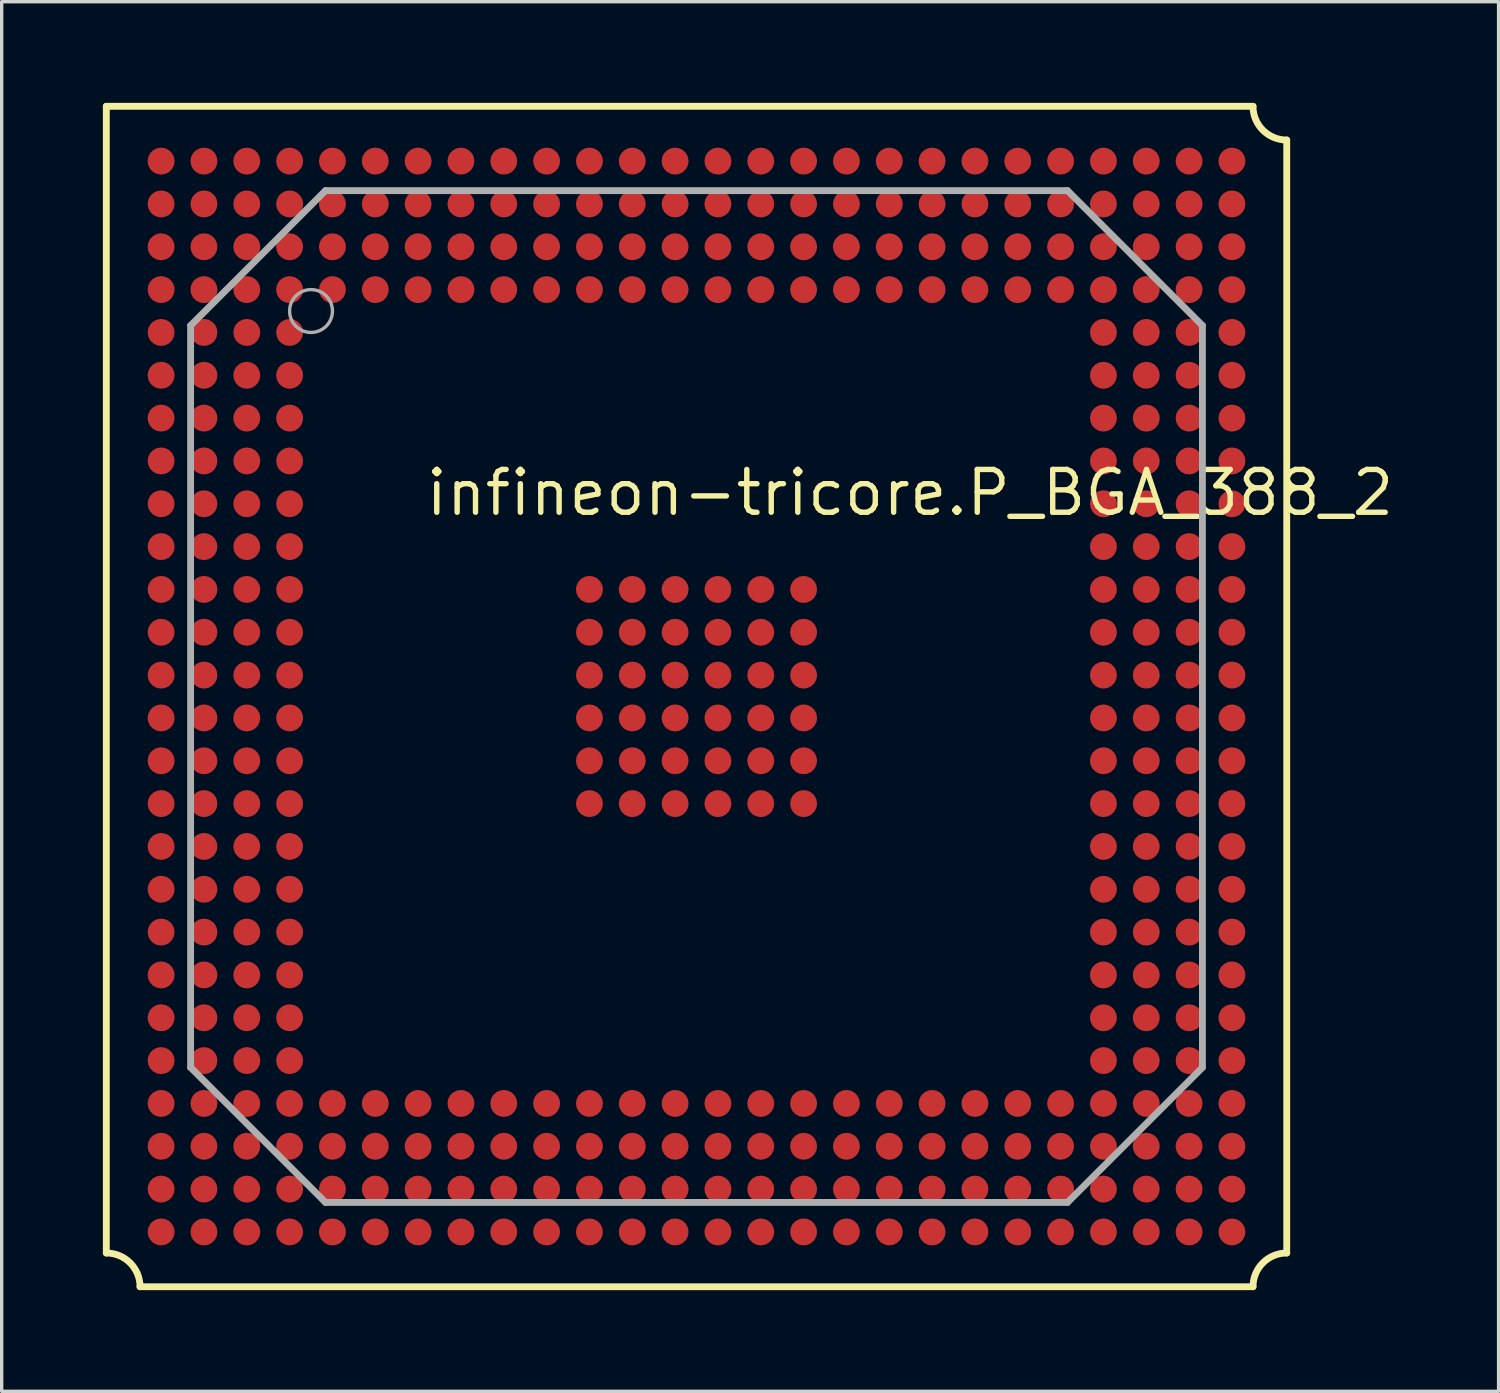
<source format=kicad_pcb>
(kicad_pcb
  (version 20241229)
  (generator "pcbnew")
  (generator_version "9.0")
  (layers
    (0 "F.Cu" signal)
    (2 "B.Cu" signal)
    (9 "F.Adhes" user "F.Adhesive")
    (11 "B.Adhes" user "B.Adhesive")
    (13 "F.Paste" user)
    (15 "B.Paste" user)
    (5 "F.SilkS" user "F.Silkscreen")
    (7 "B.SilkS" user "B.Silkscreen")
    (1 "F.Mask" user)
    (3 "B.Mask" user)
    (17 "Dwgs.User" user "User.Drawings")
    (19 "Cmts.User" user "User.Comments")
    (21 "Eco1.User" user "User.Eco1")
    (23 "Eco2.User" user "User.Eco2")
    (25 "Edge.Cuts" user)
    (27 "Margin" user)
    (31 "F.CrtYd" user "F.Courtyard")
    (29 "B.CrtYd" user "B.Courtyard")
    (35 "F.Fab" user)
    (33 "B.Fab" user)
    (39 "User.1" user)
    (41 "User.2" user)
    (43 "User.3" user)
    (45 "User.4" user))
  (footprint "infineon-tricore.P_BGA_388_2"
    (layer "F.Cu")
    (at 17.602 17.602)
    (property "Reference" "infineon-tricore.P_BGA_388_2" (at -8.11 -5.3 0) (layer "F.SilkS") (effects (font (size 1.27 1.27) (thickness 0.16)) (justify left bottom)))
    (attr smd)
    (fp_line (start -17.5 -17.5) (end 16.5 -17.5) (stroke (width 0.203) (type default)) (layer "F.SilkS"))
    (fp_line (start -17.5 16.5) (end -17.5 -17.5) (stroke (width 0.203) (type default)) (layer "F.SilkS"))
    (fp_line (start 16.5 17.5) (end -16.5 17.5) (stroke (width 0.203) (type default)) (layer "F.SilkS"))
    (fp_line (start 17.5 -16.5) (end 17.5 16.5) (stroke (width 0.203) (type default)) (layer "F.SilkS"))
    (fp_arc (start -17.5 16.5) (mid -16.792893 16.792893) (end -16.5 17.5) (stroke (width 0.2032) (type default)) (layer "F.SilkS"))
    (fp_arc (start 16.5 17.5) (mid 16.792893 16.792893) (end 17.5 16.5) (stroke (width 0.2032) (type default)) (layer "F.SilkS"))
    (fp_arc (start 17.5 -16.5) (mid 16.792893 -16.792893) (end 16.5 -17.5) (stroke (width 0.2032) (type default)) (layer "F.SilkS"))
    (fp_line (start -15 -11) (end -11 -15) (stroke (width 0.203) (type default)) (layer "F.Fab"))
    (fp_line (start -15 11) (end -15 -11) (stroke (width 0.203) (type default)) (layer "F.Fab"))
    (fp_line (start -11 -15) (end 11 -15) (stroke (width 0.203) (type default)) (layer "F.Fab"))
    (fp_line (start -11 15) (end -15 11) (stroke (width 0.203) (type default)) (layer "F.Fab"))
    (fp_line (start 11 -15) (end 15 -11) (stroke (width 0.203) (type default)) (layer "F.Fab"))
    (fp_line (start 11 15) (end -11 15) (stroke (width 0.203) (type default)) (layer "F.Fab"))
    (fp_line (start 15 -11) (end 15 11) (stroke (width 0.203) (type default)) (layer "F.Fab"))
    (fp_line (start 15 11) (end 11 15) (stroke (width 0.203) (type default)) (layer "F.Fab"))
    (fp_circle (center -11.43 -11.43) (end -10.795 -11.43) (stroke (width 0.1) (type default)) (fill no) (layer "F.Fab"))
    (pad "A1" smd roundrect (at -15.875 -15.875) (size 0.8 0.8) (layers "F.Cu" "F.Mask" "F.Paste") (roundrect_rratio 0.5))
    (pad "A2" smd roundrect (at -14.605 -15.875) (size 0.8 0.8) (layers "F.Cu" "F.Mask" "F.Paste") (roundrect_rratio 0.5))
    (pad "A3" smd roundrect (at -13.335 -15.875) (size 0.8 0.8) (layers "F.Cu" "F.Mask" "F.Paste") (roundrect_rratio 0.5))
    (pad "A4" smd roundrect (at -12.065 -15.875) (size 0.8 0.8) (layers "F.Cu" "F.Mask" "F.Paste") (roundrect_rratio 0.5))
    (pad "A5" smd roundrect (at -10.795 -15.875) (size 0.8 0.8) (layers "F.Cu" "F.Mask" "F.Paste") (roundrect_rratio 0.5))
    (pad "A6" smd roundrect (at -9.525 -15.875) (size 0.8 0.8) (layers "F.Cu" "F.Mask" "F.Paste") (roundrect_rratio 0.5))
    (pad "A7" smd roundrect (at -8.255 -15.875) (size 0.8 0.8) (layers "F.Cu" "F.Mask" "F.Paste") (roundrect_rratio 0.5))
    (pad "A8" smd roundrect (at -6.985 -15.875) (size 0.8 0.8) (layers "F.Cu" "F.Mask" "F.Paste") (roundrect_rratio 0.5))
    (pad "A9" smd roundrect (at -5.715 -15.875) (size 0.8 0.8) (layers "F.Cu" "F.Mask" "F.Paste") (roundrect_rratio 0.5))
    (pad "A10" smd roundrect (at -4.445 -15.875) (size 0.8 0.8) (layers "F.Cu" "F.Mask" "F.Paste") (roundrect_rratio 0.5))
    (pad "A11" smd roundrect (at -3.175 -15.875) (size 0.8 0.8) (layers "F.Cu" "F.Mask" "F.Paste") (roundrect_rratio 0.5))
    (pad "A12" smd roundrect (at -1.905 -15.875) (size 0.8 0.8) (layers "F.Cu" "F.Mask" "F.Paste") (roundrect_rratio 0.5))
    (pad "A13" smd roundrect (at -0.635 -15.875) (size 0.8 0.8) (layers "F.Cu" "F.Mask" "F.Paste") (roundrect_rratio 0.5))
    (pad "A14" smd roundrect (at 0.635 -15.875) (size 0.8 0.8) (layers "F.Cu" "F.Mask" "F.Paste") (roundrect_rratio 0.5))
    (pad "A15" smd roundrect (at 1.905 -15.875) (size 0.8 0.8) (layers "F.Cu" "F.Mask" "F.Paste") (roundrect_rratio 0.5))
    (pad "A16" smd roundrect (at 3.175 -15.875) (size 0.8 0.8) (layers "F.Cu" "F.Mask" "F.Paste") (roundrect_rratio 0.5))
    (pad "A17" smd roundrect (at 4.445 -15.875) (size 0.8 0.8) (layers "F.Cu" "F.Mask" "F.Paste") (roundrect_rratio 0.5))
    (pad "A18" smd roundrect (at 5.715 -15.875) (size 0.8 0.8) (layers "F.Cu" "F.Mask" "F.Paste") (roundrect_rratio 0.5))
    (pad "A19" smd roundrect (at 6.985 -15.875) (size 0.8 0.8) (layers "F.Cu" "F.Mask" "F.Paste") (roundrect_rratio 0.5))
    (pad "A20" smd roundrect (at 8.255 -15.875) (size 0.8 0.8) (layers "F.Cu" "F.Mask" "F.Paste") (roundrect_rratio 0.5))
    (pad "A21" smd roundrect (at 9.525 -15.875) (size 0.8 0.8) (layers "F.Cu" "F.Mask" "F.Paste") (roundrect_rratio 0.5))
    (pad "A22" smd roundrect (at 10.795 -15.875) (size 0.8 0.8) (layers "F.Cu" "F.Mask" "F.Paste") (roundrect_rratio 0.5))
    (pad "A23" smd roundrect (at 12.065 -15.875) (size 0.8 0.8) (layers "F.Cu" "F.Mask" "F.Paste") (roundrect_rratio 0.5))
    (pad "A24" smd roundrect (at 13.335 -15.875) (size 0.8 0.8) (layers "F.Cu" "F.Mask" "F.Paste") (roundrect_rratio 0.5))
    (pad "A25" smd roundrect (at 14.605 -15.875) (size 0.8 0.8) (layers "F.Cu" "F.Mask" "F.Paste") (roundrect_rratio 0.5))
    (pad "A26" smd roundrect (at 15.875 -15.875) (size 0.8 0.8) (layers "F.Cu" "F.Mask" "F.Paste") (roundrect_rratio 0.5))
    (pad "AA1" smd roundrect (at -15.875 9.525) (size 0.8 0.8) (layers "F.Cu" "F.Mask" "F.Paste") (roundrect_rratio 0.5))
    (pad "AA2" smd roundrect (at -14.605 9.525) (size 0.8 0.8) (layers "F.Cu" "F.Mask" "F.Paste") (roundrect_rratio 0.5))
    (pad "AA3" smd roundrect (at -13.335 9.525) (size 0.8 0.8) (layers "F.Cu" "F.Mask" "F.Paste") (roundrect_rratio 0.5))
    (pad "AA4" smd roundrect (at -12.065 9.525) (size 0.8 0.8) (layers "F.Cu" "F.Mask" "F.Paste") (roundrect_rratio 0.5))
    (pad "AA23" smd roundrect (at 12.065 9.525) (size 0.8 0.8) (layers "F.Cu" "F.Mask" "F.Paste") (roundrect_rratio 0.5))
    (pad "AA24" smd roundrect (at 13.335 9.525) (size 0.8 0.8) (layers "F.Cu" "F.Mask" "F.Paste") (roundrect_rratio 0.5))
    (pad "AA25" smd roundrect (at 14.605 9.525) (size 0.8 0.8) (layers "F.Cu" "F.Mask" "F.Paste") (roundrect_rratio 0.5))
    (pad "AA26" smd roundrect (at 15.875 9.525) (size 0.8 0.8) (layers "F.Cu" "F.Mask" "F.Paste") (roundrect_rratio 0.5))
    (pad "AB1" smd roundrect (at -15.875 10.795) (size 0.8 0.8) (layers "F.Cu" "F.Mask" "F.Paste") (roundrect_rratio 0.5))
    (pad "AB2" smd roundrect (at -14.605 10.795) (size 0.8 0.8) (layers "F.Cu" "F.Mask" "F.Paste") (roundrect_rratio 0.5))
    (pad "AB3" smd roundrect (at -13.335 10.795) (size 0.8 0.8) (layers "F.Cu" "F.Mask" "F.Paste") (roundrect_rratio 0.5))
    (pad "AB4" smd roundrect (at -12.065 10.795) (size 0.8 0.8) (layers "F.Cu" "F.Mask" "F.Paste") (roundrect_rratio 0.5))
    (pad "AB23" smd roundrect (at 12.065 10.795) (size 0.8 0.8) (layers "F.Cu" "F.Mask" "F.Paste") (roundrect_rratio 0.5))
    (pad "AB24" smd roundrect (at 13.335 10.795) (size 0.8 0.8) (layers "F.Cu" "F.Mask" "F.Paste") (roundrect_rratio 0.5))
    (pad "AB25" smd roundrect (at 14.605 10.795) (size 0.8 0.8) (layers "F.Cu" "F.Mask" "F.Paste") (roundrect_rratio 0.5))
    (pad "AB26" smd roundrect (at 15.875 10.795) (size 0.8 0.8) (layers "F.Cu" "F.Mask" "F.Paste") (roundrect_rratio 0.5))
    (pad "AC1" smd roundrect (at -15.875 12.065) (size 0.8 0.8) (layers "F.Cu" "F.Mask" "F.Paste") (roundrect_rratio 0.5))
    (pad "AC2" smd roundrect (at -14.605 12.065) (size 0.8 0.8) (layers "F.Cu" "F.Mask" "F.Paste") (roundrect_rratio 0.5))
    (pad "AC3" smd roundrect (at -13.335 12.065) (size 0.8 0.8) (layers "F.Cu" "F.Mask" "F.Paste") (roundrect_rratio 0.5))
    (pad "AC4" smd roundrect (at -12.065 12.065) (size 0.8 0.8) (layers "F.Cu" "F.Mask" "F.Paste") (roundrect_rratio 0.5))
    (pad "AC5" smd roundrect (at -10.795 12.065) (size 0.8 0.8) (layers "F.Cu" "F.Mask" "F.Paste") (roundrect_rratio 0.5))
    (pad "AC6" smd roundrect (at -9.525 12.065) (size 0.8 0.8) (layers "F.Cu" "F.Mask" "F.Paste") (roundrect_rratio 0.5))
    (pad "AC7" smd roundrect (at -8.255 12.065) (size 0.8 0.8) (layers "F.Cu" "F.Mask" "F.Paste") (roundrect_rratio 0.5))
    (pad "AC8" smd roundrect (at -6.985 12.065) (size 0.8 0.8) (layers "F.Cu" "F.Mask" "F.Paste") (roundrect_rratio 0.5))
    (pad "AC9" smd roundrect (at -5.715 12.065) (size 0.8 0.8) (layers "F.Cu" "F.Mask" "F.Paste") (roundrect_rratio 0.5))
    (pad "AC10" smd roundrect (at -4.445 12.065) (size 0.8 0.8) (layers "F.Cu" "F.Mask" "F.Paste") (roundrect_rratio 0.5))
    (pad "AC11" smd roundrect (at -3.175 12.065) (size 0.8 0.8) (layers "F.Cu" "F.Mask" "F.Paste") (roundrect_rratio 0.5))
    (pad "AC12" smd roundrect (at -1.905 12.065) (size 0.8 0.8) (layers "F.Cu" "F.Mask" "F.Paste") (roundrect_rratio 0.5))
    (pad "AC13" smd roundrect (at -0.635 12.065) (size 0.8 0.8) (layers "F.Cu" "F.Mask" "F.Paste") (roundrect_rratio 0.5))
    (pad "AC14" smd roundrect (at 0.635 12.065) (size 0.8 0.8) (layers "F.Cu" "F.Mask" "F.Paste") (roundrect_rratio 0.5))
    (pad "AC15" smd roundrect (at 1.905 12.065) (size 0.8 0.8) (layers "F.Cu" "F.Mask" "F.Paste") (roundrect_rratio 0.5))
    (pad "AC16" smd roundrect (at 3.175 12.065) (size 0.8 0.8) (layers "F.Cu" "F.Mask" "F.Paste") (roundrect_rratio 0.5))
    (pad "AC17" smd roundrect (at 4.445 12.065) (size 0.8 0.8) (layers "F.Cu" "F.Mask" "F.Paste") (roundrect_rratio 0.5))
    (pad "AC18" smd roundrect (at 5.715 12.065) (size 0.8 0.8) (layers "F.Cu" "F.Mask" "F.Paste") (roundrect_rratio 0.5))
    (pad "AC19" smd roundrect (at 6.985 12.065) (size 0.8 0.8) (layers "F.Cu" "F.Mask" "F.Paste") (roundrect_rratio 0.5))
    (pad "AC20" smd roundrect (at 8.255 12.065) (size 0.8 0.8) (layers "F.Cu" "F.Mask" "F.Paste") (roundrect_rratio 0.5))
    (pad "AC21" smd roundrect (at 9.525 12.065) (size 0.8 0.8) (layers "F.Cu" "F.Mask" "F.Paste") (roundrect_rratio 0.5))
    (pad "AC22" smd roundrect (at 10.795 12.065) (size 0.8 0.8) (layers "F.Cu" "F.Mask" "F.Paste") (roundrect_rratio 0.5))
    (pad "AC23" smd roundrect (at 12.065 12.065) (size 0.8 0.8) (layers "F.Cu" "F.Mask" "F.Paste") (roundrect_rratio 0.5))
    (pad "AC24" smd roundrect (at 13.335 12.065) (size 0.8 0.8) (layers "F.Cu" "F.Mask" "F.Paste") (roundrect_rratio 0.5))
    (pad "AC25" smd roundrect (at 14.605 12.065) (size 0.8 0.8) (layers "F.Cu" "F.Mask" "F.Paste") (roundrect_rratio 0.5))
    (pad "AC26" smd roundrect (at 15.875 12.065) (size 0.8 0.8) (layers "F.Cu" "F.Mask" "F.Paste") (roundrect_rratio 0.5))
    (pad "AD1" smd roundrect (at -15.875 13.335) (size 0.8 0.8) (layers "F.Cu" "F.Mask" "F.Paste") (roundrect_rratio 0.5))
    (pad "AD2" smd roundrect (at -14.605 13.335) (size 0.8 0.8) (layers "F.Cu" "F.Mask" "F.Paste") (roundrect_rratio 0.5))
    (pad "AD3" smd roundrect (at -13.335 13.335) (size 0.8 0.8) (layers "F.Cu" "F.Mask" "F.Paste") (roundrect_rratio 0.5))
    (pad "AD4" smd roundrect (at -12.065 13.335) (size 0.8 0.8) (layers "F.Cu" "F.Mask" "F.Paste") (roundrect_rratio 0.5))
    (pad "AD5" smd roundrect (at -10.795 13.335) (size 0.8 0.8) (layers "F.Cu" "F.Mask" "F.Paste") (roundrect_rratio 0.5))
    (pad "AD6" smd roundrect (at -9.525 13.335) (size 0.8 0.8) (layers "F.Cu" "F.Mask" "F.Paste") (roundrect_rratio 0.5))
    (pad "AD7" smd roundrect (at -8.255 13.335) (size 0.8 0.8) (layers "F.Cu" "F.Mask" "F.Paste") (roundrect_rratio 0.5))
    (pad "AD8" smd roundrect (at -6.985 13.335) (size 0.8 0.8) (layers "F.Cu" "F.Mask" "F.Paste") (roundrect_rratio 0.5))
    (pad "AD9" smd roundrect (at -5.715 13.335) (size 0.8 0.8) (layers "F.Cu" "F.Mask" "F.Paste") (roundrect_rratio 0.5))
    (pad "AD10" smd roundrect (at -4.445 13.335) (size 0.8 0.8) (layers "F.Cu" "F.Mask" "F.Paste") (roundrect_rratio 0.5))
    (pad "AD11" smd roundrect (at -3.175 13.335) (size 0.8 0.8) (layers "F.Cu" "F.Mask" "F.Paste") (roundrect_rratio 0.5))
    (pad "AD12" smd roundrect (at -1.905 13.335) (size 0.8 0.8) (layers "F.Cu" "F.Mask" "F.Paste") (roundrect_rratio 0.5))
    (pad "AD13" smd roundrect (at -0.635 13.335) (size 0.8 0.8) (layers "F.Cu" "F.Mask" "F.Paste") (roundrect_rratio 0.5))
    (pad "AD14" smd roundrect (at 0.635 13.335) (size 0.8 0.8) (layers "F.Cu" "F.Mask" "F.Paste") (roundrect_rratio 0.5))
    (pad "AD15" smd roundrect (at 1.905 13.335) (size 0.8 0.8) (layers "F.Cu" "F.Mask" "F.Paste") (roundrect_rratio 0.5))
    (pad "AD16" smd roundrect (at 3.175 13.335) (size 0.8 0.8) (layers "F.Cu" "F.Mask" "F.Paste") (roundrect_rratio 0.5))
    (pad "AD17" smd roundrect (at 4.445 13.335) (size 0.8 0.8) (layers "F.Cu" "F.Mask" "F.Paste") (roundrect_rratio 0.5))
    (pad "AD18" smd roundrect (at 5.715 13.335) (size 0.8 0.8) (layers "F.Cu" "F.Mask" "F.Paste") (roundrect_rratio 0.5))
    (pad "AD19" smd roundrect (at 6.985 13.335) (size 0.8 0.8) (layers "F.Cu" "F.Mask" "F.Paste") (roundrect_rratio 0.5))
    (pad "AD20" smd roundrect (at 8.255 13.335) (size 0.8 0.8) (layers "F.Cu" "F.Mask" "F.Paste") (roundrect_rratio 0.5))
    (pad "AD21" smd roundrect (at 9.525 13.335) (size 0.8 0.8) (layers "F.Cu" "F.Mask" "F.Paste") (roundrect_rratio 0.5))
    (pad "AD22" smd roundrect (at 10.795 13.335) (size 0.8 0.8) (layers "F.Cu" "F.Mask" "F.Paste") (roundrect_rratio 0.5))
    (pad "AD23" smd roundrect (at 12.065 13.335) (size 0.8 0.8) (layers "F.Cu" "F.Mask" "F.Paste") (roundrect_rratio 0.5))
    (pad "AD24" smd roundrect (at 13.335 13.335) (size 0.8 0.8) (layers "F.Cu" "F.Mask" "F.Paste") (roundrect_rratio 0.5))
    (pad "AD25" smd roundrect (at 14.605 13.335) (size 0.8 0.8) (layers "F.Cu" "F.Mask" "F.Paste") (roundrect_rratio 0.5))
    (pad "AD26" smd roundrect (at 15.875 13.335) (size 0.8 0.8) (layers "F.Cu" "F.Mask" "F.Paste") (roundrect_rratio 0.5))
    (pad "AE1" smd roundrect (at -15.875 14.605) (size 0.8 0.8) (layers "F.Cu" "F.Mask" "F.Paste") (roundrect_rratio 0.5))
    (pad "AE2" smd roundrect (at -14.605 14.605) (size 0.8 0.8) (layers "F.Cu" "F.Mask" "F.Paste") (roundrect_rratio 0.5))
    (pad "AE3" smd roundrect (at -13.335 14.605) (size 0.8 0.8) (layers "F.Cu" "F.Mask" "F.Paste") (roundrect_rratio 0.5))
    (pad "AE4" smd roundrect (at -12.065 14.605) (size 0.8 0.8) (layers "F.Cu" "F.Mask" "F.Paste") (roundrect_rratio 0.5))
    (pad "AE5" smd roundrect (at -10.795 14.605) (size 0.8 0.8) (layers "F.Cu" "F.Mask" "F.Paste") (roundrect_rratio 0.5))
    (pad "AE6" smd roundrect (at -9.525 14.605) (size 0.8 0.8) (layers "F.Cu" "F.Mask" "F.Paste") (roundrect_rratio 0.5))
    (pad "AE7" smd roundrect (at -8.255 14.605) (size 0.8 0.8) (layers "F.Cu" "F.Mask" "F.Paste") (roundrect_rratio 0.5))
    (pad "AE8" smd roundrect (at -6.985 14.605) (size 0.8 0.8) (layers "F.Cu" "F.Mask" "F.Paste") (roundrect_rratio 0.5))
    (pad "AE9" smd roundrect (at -5.715 14.605) (size 0.8 0.8) (layers "F.Cu" "F.Mask" "F.Paste") (roundrect_rratio 0.5))
    (pad "AE10" smd roundrect (at -4.445 14.605) (size 0.8 0.8) (layers "F.Cu" "F.Mask" "F.Paste") (roundrect_rratio 0.5))
    (pad "AE11" smd roundrect (at -3.175 14.605) (size 0.8 0.8) (layers "F.Cu" "F.Mask" "F.Paste") (roundrect_rratio 0.5))
    (pad "AE12" smd roundrect (at -1.905 14.605) (size 0.8 0.8) (layers "F.Cu" "F.Mask" "F.Paste") (roundrect_rratio 0.5))
    (pad "AE13" smd roundrect (at -0.635 14.605) (size 0.8 0.8) (layers "F.Cu" "F.Mask" "F.Paste") (roundrect_rratio 0.5))
    (pad "AE14" smd roundrect (at 0.635 14.605) (size 0.8 0.8) (layers "F.Cu" "F.Mask" "F.Paste") (roundrect_rratio 0.5))
    (pad "AE15" smd roundrect (at 1.905 14.605) (size 0.8 0.8) (layers "F.Cu" "F.Mask" "F.Paste") (roundrect_rratio 0.5))
    (pad "AE16" smd roundrect (at 3.175 14.605) (size 0.8 0.8) (layers "F.Cu" "F.Mask" "F.Paste") (roundrect_rratio 0.5))
    (pad "AE17" smd roundrect (at 4.445 14.605) (size 0.8 0.8) (layers "F.Cu" "F.Mask" "F.Paste") (roundrect_rratio 0.5))
    (pad "AE18" smd roundrect (at 5.715 14.605) (size 0.8 0.8) (layers "F.Cu" "F.Mask" "F.Paste") (roundrect_rratio 0.5))
    (pad "AE19" smd roundrect (at 6.985 14.605) (size 0.8 0.8) (layers "F.Cu" "F.Mask" "F.Paste") (roundrect_rratio 0.5))
    (pad "AE20" smd roundrect (at 8.255 14.605) (size 0.8 0.8) (layers "F.Cu" "F.Mask" "F.Paste") (roundrect_rratio 0.5))
    (pad "AE21" smd roundrect (at 9.525 14.605) (size 0.8 0.8) (layers "F.Cu" "F.Mask" "F.Paste") (roundrect_rratio 0.5))
    (pad "AE22" smd roundrect (at 10.795 14.605) (size 0.8 0.8) (layers "F.Cu" "F.Mask" "F.Paste") (roundrect_rratio 0.5))
    (pad "AE23" smd roundrect (at 12.065 14.605) (size 0.8 0.8) (layers "F.Cu" "F.Mask" "F.Paste") (roundrect_rratio 0.5))
    (pad "AE24" smd roundrect (at 13.335 14.605) (size 0.8 0.8) (layers "F.Cu" "F.Mask" "F.Paste") (roundrect_rratio 0.5))
    (pad "AE25" smd roundrect (at 14.605 14.605) (size 0.8 0.8) (layers "F.Cu" "F.Mask" "F.Paste") (roundrect_rratio 0.5))
    (pad "AE26" smd roundrect (at 15.875 14.605) (size 0.8 0.8) (layers "F.Cu" "F.Mask" "F.Paste") (roundrect_rratio 0.5))
    (pad "AF1" smd roundrect (at -15.875 15.875) (size 0.8 0.8) (layers "F.Cu" "F.Mask" "F.Paste") (roundrect_rratio 0.5))
    (pad "AF2" smd roundrect (at -14.605 15.875) (size 0.8 0.8) (layers "F.Cu" "F.Mask" "F.Paste") (roundrect_rratio 0.5))
    (pad "AF3" smd roundrect (at -13.335 15.875) (size 0.8 0.8) (layers "F.Cu" "F.Mask" "F.Paste") (roundrect_rratio 0.5))
    (pad "AF4" smd roundrect (at -12.065 15.875) (size 0.8 0.8) (layers "F.Cu" "F.Mask" "F.Paste") (roundrect_rratio 0.5))
    (pad "AF5" smd roundrect (at -10.795 15.875) (size 0.8 0.8) (layers "F.Cu" "F.Mask" "F.Paste") (roundrect_rratio 0.5))
    (pad "AF6" smd roundrect (at -9.525 15.875) (size 0.8 0.8) (layers "F.Cu" "F.Mask" "F.Paste") (roundrect_rratio 0.5))
    (pad "AF7" smd roundrect (at -8.255 15.875) (size 0.8 0.8) (layers "F.Cu" "F.Mask" "F.Paste") (roundrect_rratio 0.5))
    (pad "AF8" smd roundrect (at -6.985 15.875) (size 0.8 0.8) (layers "F.Cu" "F.Mask" "F.Paste") (roundrect_rratio 0.5))
    (pad "AF9" smd roundrect (at -5.715 15.875) (size 0.8 0.8) (layers "F.Cu" "F.Mask" "F.Paste") (roundrect_rratio 0.5))
    (pad "AF10" smd roundrect (at -4.445 15.875) (size 0.8 0.8) (layers "F.Cu" "F.Mask" "F.Paste") (roundrect_rratio 0.5))
    (pad "AF11" smd roundrect (at -3.175 15.875) (size 0.8 0.8) (layers "F.Cu" "F.Mask" "F.Paste") (roundrect_rratio 0.5))
    (pad "AF12" smd roundrect (at -1.905 15.875) (size 0.8 0.8) (layers "F.Cu" "F.Mask" "F.Paste") (roundrect_rratio 0.5))
    (pad "AF13" smd roundrect (at -0.635 15.875) (size 0.8 0.8) (layers "F.Cu" "F.Mask" "F.Paste") (roundrect_rratio 0.5))
    (pad "AF14" smd roundrect (at 0.635 15.875) (size 0.8 0.8) (layers "F.Cu" "F.Mask" "F.Paste") (roundrect_rratio 0.5))
    (pad "AF15" smd roundrect (at 1.905 15.875) (size 0.8 0.8) (layers "F.Cu" "F.Mask" "F.Paste") (roundrect_rratio 0.5))
    (pad "AF16" smd roundrect (at 3.175 15.875) (size 0.8 0.8) (layers "F.Cu" "F.Mask" "F.Paste") (roundrect_rratio 0.5))
    (pad "AF17" smd roundrect (at 4.445 15.875) (size 0.8 0.8) (layers "F.Cu" "F.Mask" "F.Paste") (roundrect_rratio 0.5))
    (pad "AF18" smd roundrect (at 5.715 15.875) (size 0.8 0.8) (layers "F.Cu" "F.Mask" "F.Paste") (roundrect_rratio 0.5))
    (pad "AF19" smd roundrect (at 6.985 15.875) (size 0.8 0.8) (layers "F.Cu" "F.Mask" "F.Paste") (roundrect_rratio 0.5))
    (pad "AF20" smd roundrect (at 8.255 15.875) (size 0.8 0.8) (layers "F.Cu" "F.Mask" "F.Paste") (roundrect_rratio 0.5))
    (pad "AF21" smd roundrect (at 9.525 15.875) (size 0.8 0.8) (layers "F.Cu" "F.Mask" "F.Paste") (roundrect_rratio 0.5))
    (pad "AF22" smd roundrect (at 10.795 15.875) (size 0.8 0.8) (layers "F.Cu" "F.Mask" "F.Paste") (roundrect_rratio 0.5))
    (pad "AF23" smd roundrect (at 12.065 15.875) (size 0.8 0.8) (layers "F.Cu" "F.Mask" "F.Paste") (roundrect_rratio 0.5))
    (pad "AF24" smd roundrect (at 13.335 15.875) (size 0.8 0.8) (layers "F.Cu" "F.Mask" "F.Paste") (roundrect_rratio 0.5))
    (pad "AF25" smd roundrect (at 14.605 15.875) (size 0.8 0.8) (layers "F.Cu" "F.Mask" "F.Paste") (roundrect_rratio 0.5))
    (pad "AF26" smd roundrect (at 15.875 15.875) (size 0.8 0.8) (layers "F.Cu" "F.Mask" "F.Paste") (roundrect_rratio 0.5))
    (pad "B1" smd roundrect (at -15.875 -14.605) (size 0.8 0.8) (layers "F.Cu" "F.Mask" "F.Paste") (roundrect_rratio 0.5))
    (pad "B2" smd roundrect (at -14.605 -14.605) (size 0.8 0.8) (layers "F.Cu" "F.Mask" "F.Paste") (roundrect_rratio 0.5))
    (pad "B3" smd roundrect (at -13.335 -14.605) (size 0.8 0.8) (layers "F.Cu" "F.Mask" "F.Paste") (roundrect_rratio 0.5))
    (pad "B4" smd roundrect (at -12.065 -14.605) (size 0.8 0.8) (layers "F.Cu" "F.Mask" "F.Paste") (roundrect_rratio 0.5))
    (pad "B5" smd roundrect (at -10.795 -14.605) (size 0.8 0.8) (layers "F.Cu" "F.Mask" "F.Paste") (roundrect_rratio 0.5))
    (pad "B6" smd roundrect (at -9.525 -14.605) (size 0.8 0.8) (layers "F.Cu" "F.Mask" "F.Paste") (roundrect_rratio 0.5))
    (pad "B7" smd roundrect (at -8.255 -14.605) (size 0.8 0.8) (layers "F.Cu" "F.Mask" "F.Paste") (roundrect_rratio 0.5))
    (pad "B8" smd roundrect (at -6.985 -14.605) (size 0.8 0.8) (layers "F.Cu" "F.Mask" "F.Paste") (roundrect_rratio 0.5))
    (pad "B9" smd roundrect (at -5.715 -14.605) (size 0.8 0.8) (layers "F.Cu" "F.Mask" "F.Paste") (roundrect_rratio 0.5))
    (pad "B10" smd roundrect (at -4.445 -14.605) (size 0.8 0.8) (layers "F.Cu" "F.Mask" "F.Paste") (roundrect_rratio 0.5))
    (pad "B11" smd roundrect (at -3.175 -14.605) (size 0.8 0.8) (layers "F.Cu" "F.Mask" "F.Paste") (roundrect_rratio 0.5))
    (pad "B12" smd roundrect (at -1.905 -14.605) (size 0.8 0.8) (layers "F.Cu" "F.Mask" "F.Paste") (roundrect_rratio 0.5))
    (pad "B13" smd roundrect (at -0.635 -14.605) (size 0.8 0.8) (layers "F.Cu" "F.Mask" "F.Paste") (roundrect_rratio 0.5))
    (pad "B14" smd roundrect (at 0.635 -14.605) (size 0.8 0.8) (layers "F.Cu" "F.Mask" "F.Paste") (roundrect_rratio 0.5))
    (pad "B15" smd roundrect (at 1.905 -14.605) (size 0.8 0.8) (layers "F.Cu" "F.Mask" "F.Paste") (roundrect_rratio 0.5))
    (pad "B16" smd roundrect (at 3.175 -14.605) (size 0.8 0.8) (layers "F.Cu" "F.Mask" "F.Paste") (roundrect_rratio 0.5))
    (pad "B17" smd roundrect (at 4.445 -14.605) (size 0.8 0.8) (layers "F.Cu" "F.Mask" "F.Paste") (roundrect_rratio 0.5))
    (pad "B18" smd roundrect (at 5.715 -14.605) (size 0.8 0.8) (layers "F.Cu" "F.Mask" "F.Paste") (roundrect_rratio 0.5))
    (pad "B19" smd roundrect (at 6.985 -14.605) (size 0.8 0.8) (layers "F.Cu" "F.Mask" "F.Paste") (roundrect_rratio 0.5))
    (pad "B20" smd roundrect (at 8.255 -14.605) (size 0.8 0.8) (layers "F.Cu" "F.Mask" "F.Paste") (roundrect_rratio 0.5))
    (pad "B21" smd roundrect (at 9.525 -14.605) (size 0.8 0.8) (layers "F.Cu" "F.Mask" "F.Paste") (roundrect_rratio 0.5))
    (pad "B22" smd roundrect (at 10.795 -14.605) (size 0.8 0.8) (layers "F.Cu" "F.Mask" "F.Paste") (roundrect_rratio 0.5))
    (pad "B23" smd roundrect (at 12.065 -14.605) (size 0.8 0.8) (layers "F.Cu" "F.Mask" "F.Paste") (roundrect_rratio 0.5))
    (pad "B24" smd roundrect (at 13.335 -14.605) (size 0.8 0.8) (layers "F.Cu" "F.Mask" "F.Paste") (roundrect_rratio 0.5))
    (pad "B25" smd roundrect (at 14.605 -14.605) (size 0.8 0.8) (layers "F.Cu" "F.Mask" "F.Paste") (roundrect_rratio 0.5))
    (pad "B26" smd roundrect (at 15.875 -14.605) (size 0.8 0.8) (layers "F.Cu" "F.Mask" "F.Paste") (roundrect_rratio 0.5))
    (pad "C1" smd roundrect (at -15.875 -13.335) (size 0.8 0.8) (layers "F.Cu" "F.Mask" "F.Paste") (roundrect_rratio 0.5))
    (pad "C2" smd roundrect (at -14.605 -13.335) (size 0.8 0.8) (layers "F.Cu" "F.Mask" "F.Paste") (roundrect_rratio 0.5))
    (pad "C3" smd roundrect (at -13.335 -13.335) (size 0.8 0.8) (layers "F.Cu" "F.Mask" "F.Paste") (roundrect_rratio 0.5))
    (pad "C4" smd roundrect (at -12.065 -13.335) (size 0.8 0.8) (layers "F.Cu" "F.Mask" "F.Paste") (roundrect_rratio 0.5))
    (pad "C5" smd roundrect (at -10.795 -13.335) (size 0.8 0.8) (layers "F.Cu" "F.Mask" "F.Paste") (roundrect_rratio 0.5))
    (pad "C6" smd roundrect (at -9.525 -13.335) (size 0.8 0.8) (layers "F.Cu" "F.Mask" "F.Paste") (roundrect_rratio 0.5))
    (pad "C7" smd roundrect (at -8.255 -13.335) (size 0.8 0.8) (layers "F.Cu" "F.Mask" "F.Paste") (roundrect_rratio 0.5))
    (pad "C8" smd roundrect (at -6.985 -13.335) (size 0.8 0.8) (layers "F.Cu" "F.Mask" "F.Paste") (roundrect_rratio 0.5))
    (pad "C9" smd roundrect (at -5.715 -13.335) (size 0.8 0.8) (layers "F.Cu" "F.Mask" "F.Paste") (roundrect_rratio 0.5))
    (pad "C10" smd roundrect (at -4.445 -13.335) (size 0.8 0.8) (layers "F.Cu" "F.Mask" "F.Paste") (roundrect_rratio 0.5))
    (pad "C11" smd roundrect (at -3.175 -13.335) (size 0.8 0.8) (layers "F.Cu" "F.Mask" "F.Paste") (roundrect_rratio 0.5))
    (pad "C12" smd roundrect (at -1.905 -13.335) (size 0.8 0.8) (layers "F.Cu" "F.Mask" "F.Paste") (roundrect_rratio 0.5))
    (pad "C13" smd roundrect (at -0.635 -13.335) (size 0.8 0.8) (layers "F.Cu" "F.Mask" "F.Paste") (roundrect_rratio 0.5))
    (pad "C14" smd roundrect (at 0.635 -13.335) (size 0.8 0.8) (layers "F.Cu" "F.Mask" "F.Paste") (roundrect_rratio 0.5))
    (pad "C15" smd roundrect (at 1.905 -13.335) (size 0.8 0.8) (layers "F.Cu" "F.Mask" "F.Paste") (roundrect_rratio 0.5))
    (pad "C16" smd roundrect (at 3.175 -13.335) (size 0.8 0.8) (layers "F.Cu" "F.Mask" "F.Paste") (roundrect_rratio 0.5))
    (pad "C17" smd roundrect (at 4.445 -13.335) (size 0.8 0.8) (layers "F.Cu" "F.Mask" "F.Paste") (roundrect_rratio 0.5))
    (pad "C18" smd roundrect (at 5.715 -13.335) (size 0.8 0.8) (layers "F.Cu" "F.Mask" "F.Paste") (roundrect_rratio 0.5))
    (pad "C19" smd roundrect (at 6.985 -13.335) (size 0.8 0.8) (layers "F.Cu" "F.Mask" "F.Paste") (roundrect_rratio 0.5))
    (pad "C20" smd roundrect (at 8.255 -13.335) (size 0.8 0.8) (layers "F.Cu" "F.Mask" "F.Paste") (roundrect_rratio 0.5))
    (pad "C21" smd roundrect (at 9.525 -13.335) (size 0.8 0.8) (layers "F.Cu" "F.Mask" "F.Paste") (roundrect_rratio 0.5))
    (pad "C22" smd roundrect (at 10.795 -13.335) (size 0.8 0.8) (layers "F.Cu" "F.Mask" "F.Paste") (roundrect_rratio 0.5))
    (pad "C23" smd roundrect (at 12.065 -13.335) (size 0.8 0.8) (layers "F.Cu" "F.Mask" "F.Paste") (roundrect_rratio 0.5))
    (pad "C24" smd roundrect (at 13.335 -13.335) (size 0.8 0.8) (layers "F.Cu" "F.Mask" "F.Paste") (roundrect_rratio 0.5))
    (pad "C25" smd roundrect (at 14.605 -13.335) (size 0.8 0.8) (layers "F.Cu" "F.Mask" "F.Paste") (roundrect_rratio 0.5))
    (pad "C26" smd roundrect (at 15.875 -13.335) (size 0.8 0.8) (layers "F.Cu" "F.Mask" "F.Paste") (roundrect_rratio 0.5))
    (pad "D1" smd roundrect (at -15.875 -12.065) (size 0.8 0.8) (layers "F.Cu" "F.Mask" "F.Paste") (roundrect_rratio 0.5))
    (pad "D2" smd roundrect (at -14.605 -12.065) (size 0.8 0.8) (layers "F.Cu" "F.Mask" "F.Paste") (roundrect_rratio 0.5))
    (pad "D3" smd roundrect (at -13.335 -12.065) (size 0.8 0.8) (layers "F.Cu" "F.Mask" "F.Paste") (roundrect_rratio 0.5))
    (pad "D4" smd roundrect (at -12.065 -12.065) (size 0.8 0.8) (layers "F.Cu" "F.Mask" "F.Paste") (roundrect_rratio 0.5))
    (pad "D5" smd roundrect (at -10.795 -12.065) (size 0.8 0.8) (layers "F.Cu" "F.Mask" "F.Paste") (roundrect_rratio 0.5))
    (pad "D6" smd roundrect (at -9.525 -12.065) (size 0.8 0.8) (layers "F.Cu" "F.Mask" "F.Paste") (roundrect_rratio 0.5))
    (pad "D7" smd roundrect (at -8.255 -12.065) (size 0.8 0.8) (layers "F.Cu" "F.Mask" "F.Paste") (roundrect_rratio 0.5))
    (pad "D8" smd roundrect (at -6.985 -12.065) (size 0.8 0.8) (layers "F.Cu" "F.Mask" "F.Paste") (roundrect_rratio 0.5))
    (pad "D9" smd roundrect (at -5.715 -12.065) (size 0.8 0.8) (layers "F.Cu" "F.Mask" "F.Paste") (roundrect_rratio 0.5))
    (pad "D10" smd roundrect (at -4.445 -12.065) (size 0.8 0.8) (layers "F.Cu" "F.Mask" "F.Paste") (roundrect_rratio 0.5))
    (pad "D11" smd roundrect (at -3.175 -12.065) (size 0.8 0.8) (layers "F.Cu" "F.Mask" "F.Paste") (roundrect_rratio 0.5))
    (pad "D12" smd roundrect (at -1.905 -12.065) (size 0.8 0.8) (layers "F.Cu" "F.Mask" "F.Paste") (roundrect_rratio 0.5))
    (pad "D13" smd roundrect (at -0.635 -12.065) (size 0.8 0.8) (layers "F.Cu" "F.Mask" "F.Paste") (roundrect_rratio 0.5))
    (pad "D14" smd roundrect (at 0.635 -12.065) (size 0.8 0.8) (layers "F.Cu" "F.Mask" "F.Paste") (roundrect_rratio 0.5))
    (pad "D15" smd roundrect (at 1.905 -12.065) (size 0.8 0.8) (layers "F.Cu" "F.Mask" "F.Paste") (roundrect_rratio 0.5))
    (pad "D16" smd roundrect (at 3.175 -12.065) (size 0.8 0.8) (layers "F.Cu" "F.Mask" "F.Paste") (roundrect_rratio 0.5))
    (pad "D17" smd roundrect (at 4.445 -12.065) (size 0.8 0.8) (layers "F.Cu" "F.Mask" "F.Paste") (roundrect_rratio 0.5))
    (pad "D18" smd roundrect (at 5.715 -12.065) (size 0.8 0.8) (layers "F.Cu" "F.Mask" "F.Paste") (roundrect_rratio 0.5))
    (pad "D19" smd roundrect (at 6.985 -12.065) (size 0.8 0.8) (layers "F.Cu" "F.Mask" "F.Paste") (roundrect_rratio 0.5))
    (pad "D20" smd roundrect (at 8.255 -12.065) (size 0.8 0.8) (layers "F.Cu" "F.Mask" "F.Paste") (roundrect_rratio 0.5))
    (pad "D21" smd roundrect (at 9.525 -12.065) (size 0.8 0.8) (layers "F.Cu" "F.Mask" "F.Paste") (roundrect_rratio 0.5))
    (pad "D22" smd roundrect (at 10.795 -12.065) (size 0.8 0.8) (layers "F.Cu" "F.Mask" "F.Paste") (roundrect_rratio 0.5))
    (pad "D23" smd roundrect (at 12.065 -12.065) (size 0.8 0.8) (layers "F.Cu" "F.Mask" "F.Paste") (roundrect_rratio 0.5))
    (pad "D24" smd roundrect (at 13.335 -12.065) (size 0.8 0.8) (layers "F.Cu" "F.Mask" "F.Paste") (roundrect_rratio 0.5))
    (pad "D25" smd roundrect (at 14.605 -12.065) (size 0.8 0.8) (layers "F.Cu" "F.Mask" "F.Paste") (roundrect_rratio 0.5))
    (pad "D26" smd roundrect (at 15.875 -12.065) (size 0.8 0.8) (layers "F.Cu" "F.Mask" "F.Paste") (roundrect_rratio 0.5))
    (pad "E1" smd roundrect (at -15.875 -10.795) (size 0.8 0.8) (layers "F.Cu" "F.Mask" "F.Paste") (roundrect_rratio 0.5))
    (pad "E2" smd roundrect (at -14.605 -10.795) (size 0.8 0.8) (layers "F.Cu" "F.Mask" "F.Paste") (roundrect_rratio 0.5))
    (pad "E3" smd roundrect (at -13.335 -10.795) (size 0.8 0.8) (layers "F.Cu" "F.Mask" "F.Paste") (roundrect_rratio 0.5))
    (pad "E4" smd roundrect (at -12.065 -10.795) (size 0.8 0.8) (layers "F.Cu" "F.Mask" "F.Paste") (roundrect_rratio 0.5))
    (pad "E23" smd roundrect (at 12.065 -10.795) (size 0.8 0.8) (layers "F.Cu" "F.Mask" "F.Paste") (roundrect_rratio 0.5))
    (pad "E24" smd roundrect (at 13.335 -10.795) (size 0.8 0.8) (layers "F.Cu" "F.Mask" "F.Paste") (roundrect_rratio 0.5))
    (pad "E25" smd roundrect (at 14.605 -10.795) (size 0.8 0.8) (layers "F.Cu" "F.Mask" "F.Paste") (roundrect_rratio 0.5))
    (pad "E26" smd roundrect (at 15.875 -10.795) (size 0.8 0.8) (layers "F.Cu" "F.Mask" "F.Paste") (roundrect_rratio 0.5))
    (pad "F1" smd roundrect (at -15.875 -9.525) (size 0.8 0.8) (layers "F.Cu" "F.Mask" "F.Paste") (roundrect_rratio 0.5))
    (pad "F2" smd roundrect (at -14.605 -9.525) (size 0.8 0.8) (layers "F.Cu" "F.Mask" "F.Paste") (roundrect_rratio 0.5))
    (pad "F3" smd roundrect (at -13.335 -9.525) (size 0.8 0.8) (layers "F.Cu" "F.Mask" "F.Paste") (roundrect_rratio 0.5))
    (pad "F4" smd roundrect (at -12.065 -9.525) (size 0.8 0.8) (layers "F.Cu" "F.Mask" "F.Paste") (roundrect_rratio 0.5))
    (pad "F23" smd roundrect (at 12.065 -9.525) (size 0.8 0.8) (layers "F.Cu" "F.Mask" "F.Paste") (roundrect_rratio 0.5))
    (pad "F24" smd roundrect (at 13.335 -9.525) (size 0.8 0.8) (layers "F.Cu" "F.Mask" "F.Paste") (roundrect_rratio 0.5))
    (pad "F25" smd roundrect (at 14.605 -9.525) (size 0.8 0.8) (layers "F.Cu" "F.Mask" "F.Paste") (roundrect_rratio 0.5))
    (pad "F26" smd roundrect (at 15.875 -9.525) (size 0.8 0.8) (layers "F.Cu" "F.Mask" "F.Paste") (roundrect_rratio 0.5))
    (pad "G1" smd roundrect (at -15.875 -8.255) (size 0.8 0.8) (layers "F.Cu" "F.Mask" "F.Paste") (roundrect_rratio 0.5))
    (pad "G2" smd roundrect (at -14.605 -8.255) (size 0.8 0.8) (layers "F.Cu" "F.Mask" "F.Paste") (roundrect_rratio 0.5))
    (pad "G3" smd roundrect (at -13.335 -8.255) (size 0.8 0.8) (layers "F.Cu" "F.Mask" "F.Paste") (roundrect_rratio 0.5))
    (pad "G4" smd roundrect (at -12.065 -8.255) (size 0.8 0.8) (layers "F.Cu" "F.Mask" "F.Paste") (roundrect_rratio 0.5))
    (pad "G23" smd roundrect (at 12.065 -8.255) (size 0.8 0.8) (layers "F.Cu" "F.Mask" "F.Paste") (roundrect_rratio 0.5))
    (pad "G24" smd roundrect (at 13.335 -8.255) (size 0.8 0.8) (layers "F.Cu" "F.Mask" "F.Paste") (roundrect_rratio 0.5))
    (pad "G25" smd roundrect (at 14.605 -8.255) (size 0.8 0.8) (layers "F.Cu" "F.Mask" "F.Paste") (roundrect_rratio 0.5))
    (pad "G26" smd roundrect (at 15.875 -8.255) (size 0.8 0.8) (layers "F.Cu" "F.Mask" "F.Paste") (roundrect_rratio 0.5))
    (pad "H1" smd roundrect (at -15.875 -6.985) (size 0.8 0.8) (layers "F.Cu" "F.Mask" "F.Paste") (roundrect_rratio 0.5))
    (pad "H2" smd roundrect (at -14.605 -6.985) (size 0.8 0.8) (layers "F.Cu" "F.Mask" "F.Paste") (roundrect_rratio 0.5))
    (pad "H3" smd roundrect (at -13.335 -6.985) (size 0.8 0.8) (layers "F.Cu" "F.Mask" "F.Paste") (roundrect_rratio 0.5))
    (pad "H4" smd roundrect (at -12.065 -6.985) (size 0.8 0.8) (layers "F.Cu" "F.Mask" "F.Paste") (roundrect_rratio 0.5))
    (pad "H23" smd roundrect (at 12.065 -6.985) (size 0.8 0.8) (layers "F.Cu" "F.Mask" "F.Paste") (roundrect_rratio 0.5))
    (pad "H24" smd roundrect (at 13.335 -6.985) (size 0.8 0.8) (layers "F.Cu" "F.Mask" "F.Paste") (roundrect_rratio 0.5))
    (pad "H25" smd roundrect (at 14.605 -6.985) (size 0.8 0.8) (layers "F.Cu" "F.Mask" "F.Paste") (roundrect_rratio 0.5))
    (pad "H26" smd roundrect (at 15.875 -6.985) (size 0.8 0.8) (layers "F.Cu" "F.Mask" "F.Paste") (roundrect_rratio 0.5))
    (pad "J1" smd roundrect (at -15.875 -5.715) (size 0.8 0.8) (layers "F.Cu" "F.Mask" "F.Paste") (roundrect_rratio 0.5))
    (pad "J2" smd roundrect (at -14.605 -5.715) (size 0.8 0.8) (layers "F.Cu" "F.Mask" "F.Paste") (roundrect_rratio 0.5))
    (pad "J3" smd roundrect (at -13.335 -5.715) (size 0.8 0.8) (layers "F.Cu" "F.Mask" "F.Paste") (roundrect_rratio 0.5))
    (pad "J4" smd roundrect (at -12.065 -5.715) (size 0.8 0.8) (layers "F.Cu" "F.Mask" "F.Paste") (roundrect_rratio 0.5))
    (pad "J23" smd roundrect (at 12.065 -5.715) (size 0.8 0.8) (layers "F.Cu" "F.Mask" "F.Paste") (roundrect_rratio 0.5))
    (pad "J24" smd roundrect (at 13.335 -5.715) (size 0.8 0.8) (layers "F.Cu" "F.Mask" "F.Paste") (roundrect_rratio 0.5))
    (pad "J25" smd roundrect (at 14.605 -5.715) (size 0.8 0.8) (layers "F.Cu" "F.Mask" "F.Paste") (roundrect_rratio 0.5))
    (pad "J26" smd roundrect (at 15.875 -5.715) (size 0.8 0.8) (layers "F.Cu" "F.Mask" "F.Paste") (roundrect_rratio 0.5))
    (pad "K1" smd roundrect (at -15.875 -4.445) (size 0.8 0.8) (layers "F.Cu" "F.Mask" "F.Paste") (roundrect_rratio 0.5))
    (pad "K2" smd roundrect (at -14.605 -4.445) (size 0.8 0.8) (layers "F.Cu" "F.Mask" "F.Paste") (roundrect_rratio 0.5))
    (pad "K3" smd roundrect (at -13.335 -4.445) (size 0.8 0.8) (layers "F.Cu" "F.Mask" "F.Paste") (roundrect_rratio 0.5))
    (pad "K4" smd roundrect (at -12.065 -4.445) (size 0.8 0.8) (layers "F.Cu" "F.Mask" "F.Paste") (roundrect_rratio 0.5))
    (pad "K23" smd roundrect (at 12.065 -4.445) (size 0.8 0.8) (layers "F.Cu" "F.Mask" "F.Paste") (roundrect_rratio 0.5))
    (pad "K24" smd roundrect (at 13.335 -4.445) (size 0.8 0.8) (layers "F.Cu" "F.Mask" "F.Paste") (roundrect_rratio 0.5))
    (pad "K25" smd roundrect (at 14.605 -4.445) (size 0.8 0.8) (layers "F.Cu" "F.Mask" "F.Paste") (roundrect_rratio 0.5))
    (pad "K26" smd roundrect (at 15.875 -4.445) (size 0.8 0.8) (layers "F.Cu" "F.Mask" "F.Paste") (roundrect_rratio 0.5))
    (pad "L1" smd roundrect (at -15.875 -3.175) (size 0.8 0.8) (layers "F.Cu" "F.Mask" "F.Paste") (roundrect_rratio 0.5))
    (pad "L2" smd roundrect (at -14.605 -3.175) (size 0.8 0.8) (layers "F.Cu" "F.Mask" "F.Paste") (roundrect_rratio 0.5))
    (pad "L3" smd roundrect (at -13.335 -3.175) (size 0.8 0.8) (layers "F.Cu" "F.Mask" "F.Paste") (roundrect_rratio 0.5))
    (pad "L4" smd roundrect (at -12.065 -3.175) (size 0.8 0.8) (layers "F.Cu" "F.Mask" "F.Paste") (roundrect_rratio 0.5))
    (pad "L11" smd roundrect (at -3.175 -3.175) (size 0.8 0.8) (layers "F.Cu" "F.Mask" "F.Paste") (roundrect_rratio 0.5))
    (pad "L12" smd roundrect (at -1.905 -3.175) (size 0.8 0.8) (layers "F.Cu" "F.Mask" "F.Paste") (roundrect_rratio 0.5))
    (pad "L13" smd roundrect (at -0.635 -3.175) (size 0.8 0.8) (layers "F.Cu" "F.Mask" "F.Paste") (roundrect_rratio 0.5))
    (pad "L14" smd roundrect (at 0.635 -3.175) (size 0.8 0.8) (layers "F.Cu" "F.Mask" "F.Paste") (roundrect_rratio 0.5))
    (pad "L15" smd roundrect (at 1.905 -3.175) (size 0.8 0.8) (layers "F.Cu" "F.Mask" "F.Paste") (roundrect_rratio 0.5))
    (pad "L16" smd roundrect (at 3.175 -3.175) (size 0.8 0.8) (layers "F.Cu" "F.Mask" "F.Paste") (roundrect_rratio 0.5))
    (pad "L23" smd roundrect (at 12.065 -3.175) (size 0.8 0.8) (layers "F.Cu" "F.Mask" "F.Paste") (roundrect_rratio 0.5))
    (pad "L24" smd roundrect (at 13.335 -3.175) (size 0.8 0.8) (layers "F.Cu" "F.Mask" "F.Paste") (roundrect_rratio 0.5))
    (pad "L25" smd roundrect (at 14.605 -3.175) (size 0.8 0.8) (layers "F.Cu" "F.Mask" "F.Paste") (roundrect_rratio 0.5))
    (pad "L26" smd roundrect (at 15.875 -3.175) (size 0.8 0.8) (layers "F.Cu" "F.Mask" "F.Paste") (roundrect_rratio 0.5))
    (pad "M1" smd roundrect (at -15.875 -1.905) (size 0.8 0.8) (layers "F.Cu" "F.Mask" "F.Paste") (roundrect_rratio 0.5))
    (pad "M2" smd roundrect (at -14.605 -1.905) (size 0.8 0.8) (layers "F.Cu" "F.Mask" "F.Paste") (roundrect_rratio 0.5))
    (pad "M3" smd roundrect (at -13.335 -1.905) (size 0.8 0.8) (layers "F.Cu" "F.Mask" "F.Paste") (roundrect_rratio 0.5))
    (pad "M4" smd roundrect (at -12.065 -1.905) (size 0.8 0.8) (layers "F.Cu" "F.Mask" "F.Paste") (roundrect_rratio 0.5))
    (pad "M11" smd roundrect (at -3.175 -1.905) (size 0.8 0.8) (layers "F.Cu" "F.Mask" "F.Paste") (roundrect_rratio 0.5))
    (pad "M12" smd roundrect (at -1.905 -1.905) (size 0.8 0.8) (layers "F.Cu" "F.Mask" "F.Paste") (roundrect_rratio 0.5))
    (pad "M13" smd roundrect (at -0.635 -1.905) (size 0.8 0.8) (layers "F.Cu" "F.Mask" "F.Paste") (roundrect_rratio 0.5))
    (pad "M14" smd roundrect (at 0.635 -1.905) (size 0.8 0.8) (layers "F.Cu" "F.Mask" "F.Paste") (roundrect_rratio 0.5))
    (pad "M15" smd roundrect (at 1.905 -1.905) (size 0.8 0.8) (layers "F.Cu" "F.Mask" "F.Paste") (roundrect_rratio 0.5))
    (pad "M16" smd roundrect (at 3.175 -1.905) (size 0.8 0.8) (layers "F.Cu" "F.Mask" "F.Paste") (roundrect_rratio 0.5))
    (pad "M23" smd roundrect (at 12.065 -1.905) (size 0.8 0.8) (layers "F.Cu" "F.Mask" "F.Paste") (roundrect_rratio 0.5))
    (pad "M24" smd roundrect (at 13.335 -1.905) (size 0.8 0.8) (layers "F.Cu" "F.Mask" "F.Paste") (roundrect_rratio 0.5))
    (pad "M25" smd roundrect (at 14.605 -1.905) (size 0.8 0.8) (layers "F.Cu" "F.Mask" "F.Paste") (roundrect_rratio 0.5))
    (pad "M26" smd roundrect (at 15.875 -1.905) (size 0.8 0.8) (layers "F.Cu" "F.Mask" "F.Paste") (roundrect_rratio 0.5))
    (pad "N1" smd roundrect (at -15.875 -0.635) (size 0.8 0.8) (layers "F.Cu" "F.Mask" "F.Paste") (roundrect_rratio 0.5))
    (pad "N2" smd roundrect (at -14.605 -0.635) (size 0.8 0.8) (layers "F.Cu" "F.Mask" "F.Paste") (roundrect_rratio 0.5))
    (pad "N3" smd roundrect (at -13.335 -0.635) (size 0.8 0.8) (layers "F.Cu" "F.Mask" "F.Paste") (roundrect_rratio 0.5))
    (pad "N4" smd roundrect (at -12.065 -0.635) (size 0.8 0.8) (layers "F.Cu" "F.Mask" "F.Paste") (roundrect_rratio 0.5))
    (pad "N11" smd roundrect (at -3.175 -0.635) (size 0.8 0.8) (layers "F.Cu" "F.Mask" "F.Paste") (roundrect_rratio 0.5))
    (pad "N12" smd roundrect (at -1.905 -0.635) (size 0.8 0.8) (layers "F.Cu" "F.Mask" "F.Paste") (roundrect_rratio 0.5))
    (pad "N13" smd roundrect (at -0.635 -0.635) (size 0.8 0.8) (layers "F.Cu" "F.Mask" "F.Paste") (roundrect_rratio 0.5))
    (pad "N14" smd roundrect (at 0.635 -0.635) (size 0.8 0.8) (layers "F.Cu" "F.Mask" "F.Paste") (roundrect_rratio 0.5))
    (pad "N15" smd roundrect (at 1.905 -0.635) (size 0.8 0.8) (layers "F.Cu" "F.Mask" "F.Paste") (roundrect_rratio 0.5))
    (pad "N16" smd roundrect (at 3.175 -0.635) (size 0.8 0.8) (layers "F.Cu" "F.Mask" "F.Paste") (roundrect_rratio 0.5))
    (pad "N23" smd roundrect (at 12.065 -0.635) (size 0.8 0.8) (layers "F.Cu" "F.Mask" "F.Paste") (roundrect_rratio 0.5))
    (pad "N24" smd roundrect (at 13.335 -0.635) (size 0.8 0.8) (layers "F.Cu" "F.Mask" "F.Paste") (roundrect_rratio 0.5))
    (pad "N25" smd roundrect (at 14.605 -0.635) (size 0.8 0.8) (layers "F.Cu" "F.Mask" "F.Paste") (roundrect_rratio 0.5))
    (pad "N26" smd roundrect (at 15.875 -0.635) (size 0.8 0.8) (layers "F.Cu" "F.Mask" "F.Paste") (roundrect_rratio 0.5))
    (pad "P1" smd roundrect (at -15.875 0.635) (size 0.8 0.8) (layers "F.Cu" "F.Mask" "F.Paste") (roundrect_rratio 0.5))
    (pad "P2" smd roundrect (at -14.605 0.635) (size 0.8 0.8) (layers "F.Cu" "F.Mask" "F.Paste") (roundrect_rratio 0.5))
    (pad "P3" smd roundrect (at -13.335 0.635) (size 0.8 0.8) (layers "F.Cu" "F.Mask" "F.Paste") (roundrect_rratio 0.5))
    (pad "P4" smd roundrect (at -12.065 0.635) (size 0.8 0.8) (layers "F.Cu" "F.Mask" "F.Paste") (roundrect_rratio 0.5))
    (pad "P11" smd roundrect (at -3.175 0.635) (size 0.8 0.8) (layers "F.Cu" "F.Mask" "F.Paste") (roundrect_rratio 0.5))
    (pad "P12" smd roundrect (at -1.905 0.635) (size 0.8 0.8) (layers "F.Cu" "F.Mask" "F.Paste") (roundrect_rratio 0.5))
    (pad "P13" smd roundrect (at -0.635 0.635) (size 0.8 0.8) (layers "F.Cu" "F.Mask" "F.Paste") (roundrect_rratio 0.5))
    (pad "P14" smd roundrect (at 0.635 0.635) (size 0.8 0.8) (layers "F.Cu" "F.Mask" "F.Paste") (roundrect_rratio 0.5))
    (pad "P15" smd roundrect (at 1.905 0.635) (size 0.8 0.8) (layers "F.Cu" "F.Mask" "F.Paste") (roundrect_rratio 0.5))
    (pad "P16" smd roundrect (at 3.175 0.635) (size 0.8 0.8) (layers "F.Cu" "F.Mask" "F.Paste") (roundrect_rratio 0.5))
    (pad "P23" smd roundrect (at 12.065 0.635) (size 0.8 0.8) (layers "F.Cu" "F.Mask" "F.Paste") (roundrect_rratio 0.5))
    (pad "P24" smd roundrect (at 13.335 0.635) (size 0.8 0.8) (layers "F.Cu" "F.Mask" "F.Paste") (roundrect_rratio 0.5))
    (pad "P25" smd roundrect (at 14.605 0.635) (size 0.8 0.8) (layers "F.Cu" "F.Mask" "F.Paste") (roundrect_rratio 0.5))
    (pad "P26" smd roundrect (at 15.875 0.635) (size 0.8 0.8) (layers "F.Cu" "F.Mask" "F.Paste") (roundrect_rratio 0.5))
    (pad "R1" smd roundrect (at -15.875 1.905) (size 0.8 0.8) (layers "F.Cu" "F.Mask" "F.Paste") (roundrect_rratio 0.5))
    (pad "R2" smd roundrect (at -14.605 1.905) (size 0.8 0.8) (layers "F.Cu" "F.Mask" "F.Paste") (roundrect_rratio 0.5))
    (pad "R3" smd roundrect (at -13.335 1.905) (size 0.8 0.8) (layers "F.Cu" "F.Mask" "F.Paste") (roundrect_rratio 0.5))
    (pad "R4" smd roundrect (at -12.065 1.905) (size 0.8 0.8) (layers "F.Cu" "F.Mask" "F.Paste") (roundrect_rratio 0.5))
    (pad "R11" smd roundrect (at -3.175 1.905) (size 0.8 0.8) (layers "F.Cu" "F.Mask" "F.Paste") (roundrect_rratio 0.5))
    (pad "R12" smd roundrect (at -1.905 1.905) (size 0.8 0.8) (layers "F.Cu" "F.Mask" "F.Paste") (roundrect_rratio 0.5))
    (pad "R13" smd roundrect (at -0.635 1.905) (size 0.8 0.8) (layers "F.Cu" "F.Mask" "F.Paste") (roundrect_rratio 0.5))
    (pad "R14" smd roundrect (at 0.635 1.905) (size 0.8 0.8) (layers "F.Cu" "F.Mask" "F.Paste") (roundrect_rratio 0.5))
    (pad "R15" smd roundrect (at 1.905 1.905) (size 0.8 0.8) (layers "F.Cu" "F.Mask" "F.Paste") (roundrect_rratio 0.5))
    (pad "R16" smd roundrect (at 3.175 1.905) (size 0.8 0.8) (layers "F.Cu" "F.Mask" "F.Paste") (roundrect_rratio 0.5))
    (pad "R23" smd roundrect (at 12.065 1.905) (size 0.8 0.8) (layers "F.Cu" "F.Mask" "F.Paste") (roundrect_rratio 0.5))
    (pad "R24" smd roundrect (at 13.335 1.905) (size 0.8 0.8) (layers "F.Cu" "F.Mask" "F.Paste") (roundrect_rratio 0.5))
    (pad "R25" smd roundrect (at 14.605 1.905) (size 0.8 0.8) (layers "F.Cu" "F.Mask" "F.Paste") (roundrect_rratio 0.5))
    (pad "R26" smd roundrect (at 15.875 1.905) (size 0.8 0.8) (layers "F.Cu" "F.Mask" "F.Paste") (roundrect_rratio 0.5))
    (pad "T1" smd roundrect (at -15.875 3.175) (size 0.8 0.8) (layers "F.Cu" "F.Mask" "F.Paste") (roundrect_rratio 0.5))
    (pad "T2" smd roundrect (at -14.605 3.175) (size 0.8 0.8) (layers "F.Cu" "F.Mask" "F.Paste") (roundrect_rratio 0.5))
    (pad "T3" smd roundrect (at -13.335 3.175) (size 0.8 0.8) (layers "F.Cu" "F.Mask" "F.Paste") (roundrect_rratio 0.5))
    (pad "T4" smd roundrect (at -12.065 3.175) (size 0.8 0.8) (layers "F.Cu" "F.Mask" "F.Paste") (roundrect_rratio 0.5))
    (pad "T11" smd roundrect (at -3.175 3.175) (size 0.8 0.8) (layers "F.Cu" "F.Mask" "F.Paste") (roundrect_rratio 0.5))
    (pad "T12" smd roundrect (at -1.905 3.175) (size 0.8 0.8) (layers "F.Cu" "F.Mask" "F.Paste") (roundrect_rratio 0.5))
    (pad "T13" smd roundrect (at -0.635 3.175) (size 0.8 0.8) (layers "F.Cu" "F.Mask" "F.Paste") (roundrect_rratio 0.5))
    (pad "T14" smd roundrect (at 0.635 3.175) (size 0.8 0.8) (layers "F.Cu" "F.Mask" "F.Paste") (roundrect_rratio 0.5))
    (pad "T15" smd roundrect (at 1.905 3.175) (size 0.8 0.8) (layers "F.Cu" "F.Mask" "F.Paste") (roundrect_rratio 0.5))
    (pad "T16" smd roundrect (at 3.175 3.175) (size 0.8 0.8) (layers "F.Cu" "F.Mask" "F.Paste") (roundrect_rratio 0.5))
    (pad "T23" smd roundrect (at 12.065 3.175) (size 0.8 0.8) (layers "F.Cu" "F.Mask" "F.Paste") (roundrect_rratio 0.5))
    (pad "T24" smd roundrect (at 13.335 3.175) (size 0.8 0.8) (layers "F.Cu" "F.Mask" "F.Paste") (roundrect_rratio 0.5))
    (pad "T25" smd roundrect (at 14.605 3.175) (size 0.8 0.8) (layers "F.Cu" "F.Mask" "F.Paste") (roundrect_rratio 0.5))
    (pad "T26" smd roundrect (at 15.875 3.175) (size 0.8 0.8) (layers "F.Cu" "F.Mask" "F.Paste") (roundrect_rratio 0.5))
    (pad "U1" smd roundrect (at -15.875 4.445) (size 0.8 0.8) (layers "F.Cu" "F.Mask" "F.Paste") (roundrect_rratio 0.5))
    (pad "U2" smd roundrect (at -14.605 4.445) (size 0.8 0.8) (layers "F.Cu" "F.Mask" "F.Paste") (roundrect_rratio 0.5))
    (pad "U3" smd roundrect (at -13.335 4.445) (size 0.8 0.8) (layers "F.Cu" "F.Mask" "F.Paste") (roundrect_rratio 0.5))
    (pad "U4" smd roundrect (at -12.065 4.445) (size 0.8 0.8) (layers "F.Cu" "F.Mask" "F.Paste") (roundrect_rratio 0.5))
    (pad "U23" smd roundrect (at 12.065 4.445) (size 0.8 0.8) (layers "F.Cu" "F.Mask" "F.Paste") (roundrect_rratio 0.5))
    (pad "U24" smd roundrect (at 13.335 4.445) (size 0.8 0.8) (layers "F.Cu" "F.Mask" "F.Paste") (roundrect_rratio 0.5))
    (pad "U25" smd roundrect (at 14.605 4.445) (size 0.8 0.8) (layers "F.Cu" "F.Mask" "F.Paste") (roundrect_rratio 0.5))
    (pad "U26" smd roundrect (at 15.875 4.445) (size 0.8 0.8) (layers "F.Cu" "F.Mask" "F.Paste") (roundrect_rratio 0.5))
    (pad "V1" smd roundrect (at -15.875 5.715) (size 0.8 0.8) (layers "F.Cu" "F.Mask" "F.Paste") (roundrect_rratio 0.5))
    (pad "V2" smd roundrect (at -14.605 5.715) (size 0.8 0.8) (layers "F.Cu" "F.Mask" "F.Paste") (roundrect_rratio 0.5))
    (pad "V3" smd roundrect (at -13.335 5.715) (size 0.8 0.8) (layers "F.Cu" "F.Mask" "F.Paste") (roundrect_rratio 0.5))
    (pad "V4" smd roundrect (at -12.065 5.715) (size 0.8 0.8) (layers "F.Cu" "F.Mask" "F.Paste") (roundrect_rratio 0.5))
    (pad "V23" smd roundrect (at 12.065 5.715) (size 0.8 0.8) (layers "F.Cu" "F.Mask" "F.Paste") (roundrect_rratio 0.5))
    (pad "V24" smd roundrect (at 13.335 5.715) (size 0.8 0.8) (layers "F.Cu" "F.Mask" "F.Paste") (roundrect_rratio 0.5))
    (pad "V25" smd roundrect (at 14.605 5.715) (size 0.8 0.8) (layers "F.Cu" "F.Mask" "F.Paste") (roundrect_rratio 0.5))
    (pad "V26" smd roundrect (at 15.875 5.715) (size 0.8 0.8) (layers "F.Cu" "F.Mask" "F.Paste") (roundrect_rratio 0.5))
    (pad "W1" smd roundrect (at -15.875 6.985) (size 0.8 0.8) (layers "F.Cu" "F.Mask" "F.Paste") (roundrect_rratio 0.5))
    (pad "W2" smd roundrect (at -14.605 6.985) (size 0.8 0.8) (layers "F.Cu" "F.Mask" "F.Paste") (roundrect_rratio 0.5))
    (pad "W3" smd roundrect (at -13.335 6.985) (size 0.8 0.8) (layers "F.Cu" "F.Mask" "F.Paste") (roundrect_rratio 0.5))
    (pad "W4" smd roundrect (at -12.065 6.985) (size 0.8 0.8) (layers "F.Cu" "F.Mask" "F.Paste") (roundrect_rratio 0.5))
    (pad "W23" smd roundrect (at 12.065 6.985) (size 0.8 0.8) (layers "F.Cu" "F.Mask" "F.Paste") (roundrect_rratio 0.5))
    (pad "W24" smd roundrect (at 13.335 6.985) (size 0.8 0.8) (layers "F.Cu" "F.Mask" "F.Paste") (roundrect_rratio 0.5))
    (pad "W25" smd roundrect (at 14.605 6.985) (size 0.8 0.8) (layers "F.Cu" "F.Mask" "F.Paste") (roundrect_rratio 0.5))
    (pad "W26" smd roundrect (at 15.875 6.985) (size 0.8 0.8) (layers "F.Cu" "F.Mask" "F.Paste") (roundrect_rratio 0.5))
    (pad "X4" smd roundrect (at -12.065 8.255) (size 0.8 0.8) (layers "F.Cu" "F.Mask" "F.Paste") (roundrect_rratio 0.5))
    (pad "Y1" smd roundrect (at -15.875 8.255) (size 0.8 0.8) (layers "F.Cu" "F.Mask" "F.Paste") (roundrect_rratio 0.5))
    (pad "Y2" smd roundrect (at -14.605 8.255) (size 0.8 0.8) (layers "F.Cu" "F.Mask" "F.Paste") (roundrect_rratio 0.5))
    (pad "Y3" smd roundrect (at -13.335 8.255) (size 0.8 0.8) (layers "F.Cu" "F.Mask" "F.Paste") (roundrect_rratio 0.5))
    (pad "Y23" smd roundrect (at 12.065 8.255) (size 0.8 0.8) (layers "F.Cu" "F.Mask" "F.Paste") (roundrect_rratio 0.5))
    (pad "Y24" smd roundrect (at 13.335 8.255) (size 0.8 0.8) (layers "F.Cu" "F.Mask" "F.Paste") (roundrect_rratio 0.5))
    (pad "Y25" smd roundrect (at 14.605 8.255) (size 0.8 0.8) (layers "F.Cu" "F.Mask" "F.Paste") (roundrect_rratio 0.5))
    (pad "Y26" smd roundrect (at 15.875 8.255) (size 0.8 0.8) (layers "F.Cu" "F.Mask" "F.Paste") (roundrect_rratio 0.5)))
  (gr_rect
    (start -3 -3)
    (end 41.383 38.203)
    (stroke (width 0.1) (type default))
    (fill no)
    (layer "Edge.Cuts")))
</source>
